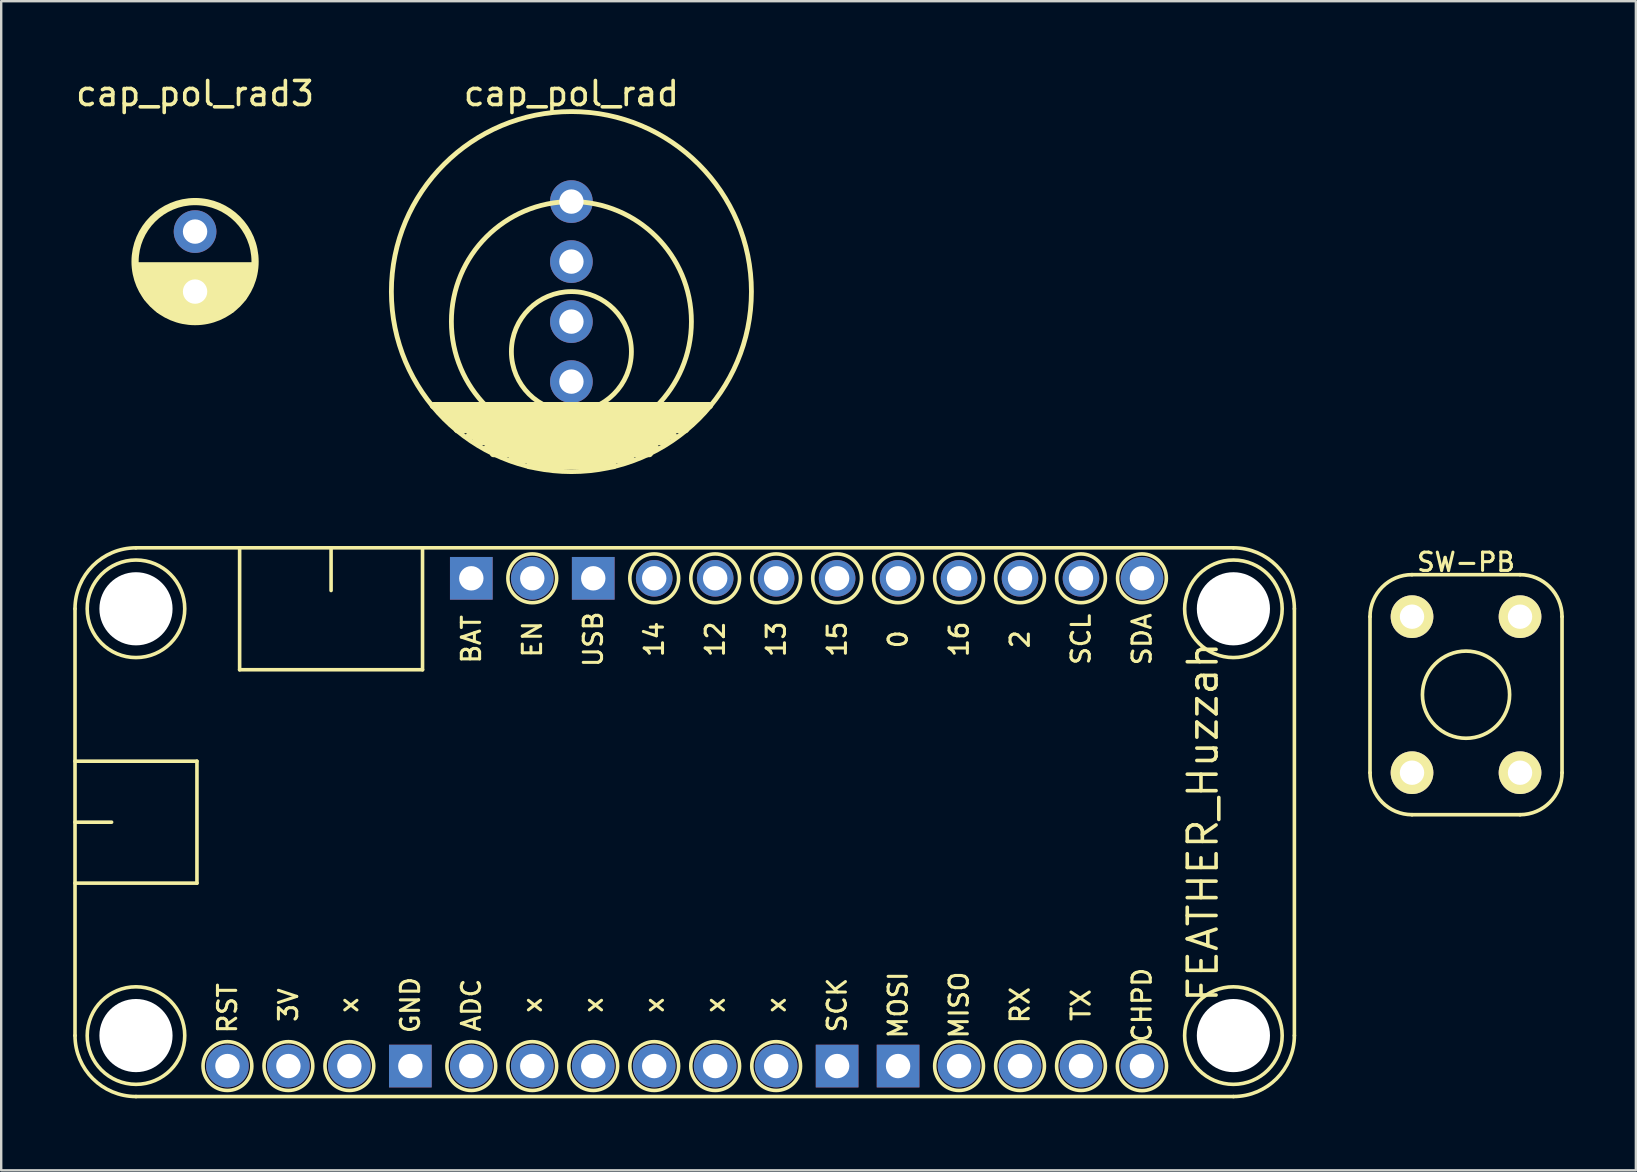
<source format=kicad_pcb>
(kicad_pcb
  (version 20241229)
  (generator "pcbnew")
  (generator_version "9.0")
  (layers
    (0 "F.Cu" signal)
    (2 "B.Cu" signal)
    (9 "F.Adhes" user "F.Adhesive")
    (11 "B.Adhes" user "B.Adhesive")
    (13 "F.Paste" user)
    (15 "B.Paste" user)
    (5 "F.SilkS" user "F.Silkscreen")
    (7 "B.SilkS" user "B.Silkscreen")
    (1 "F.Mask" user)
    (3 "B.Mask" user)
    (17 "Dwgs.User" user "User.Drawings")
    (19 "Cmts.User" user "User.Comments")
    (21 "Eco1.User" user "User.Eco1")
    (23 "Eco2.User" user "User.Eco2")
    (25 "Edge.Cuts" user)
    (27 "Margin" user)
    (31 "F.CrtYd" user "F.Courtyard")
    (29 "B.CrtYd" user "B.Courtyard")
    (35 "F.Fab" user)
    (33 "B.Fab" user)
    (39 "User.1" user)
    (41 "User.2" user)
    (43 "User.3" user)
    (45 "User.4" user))
  (footprint "FEATHER_Huzzah"
    (layer "F.Cu")
    (at 25.475 31.203)
    (property "Reference" "FEATHER_Huzzah" (at 21.59 0 90) (layer "F.SilkS") (effects (font (size 1.2 1.2) (thickness 0.15))))
    (attr through_hole)
    (fp_line (start -25.4 -8.89) (end -25.4 8.89) (stroke (width 0.15) (type solid)) (layer "F.SilkS"))
    (fp_line (start -25.4 -2.54) (end -20.32 -2.54) (stroke (width 0.15) (type solid)) (layer "F.SilkS"))
    (fp_line (start -25.4 0) (end -23.876 0) (stroke (width 0.15) (type solid)) (layer "F.SilkS"))
    (fp_line (start -22.86 11.43) (end 22.86 11.43) (stroke (width 0.15) (type solid)) (layer "F.SilkS"))
    (fp_line (start -20.32 -2.54) (end -20.32 2.54) (stroke (width 0.15) (type solid)) (layer "F.SilkS"))
    (fp_line (start -20.32 2.54) (end -25.4 2.54) (stroke (width 0.15) (type solid)) (layer "F.SilkS"))
    (fp_line (start -18.542 -6.35) (end -18.542 -11.43) (stroke (width 0.15) (type solid)) (layer "F.SilkS"))
    (fp_line (start -18.542 -6.35) (end -10.922 -6.35) (stroke (width 0.15) (type solid)) (layer "F.SilkS"))
    (fp_line (start -14.732 -11.43) (end -14.732 -9.652) (stroke (width 0.15) (type solid)) (layer "F.SilkS"))
    (fp_line (start -10.922 -6.35) (end -10.922 -11.43) (stroke (width 0.15) (type solid)) (layer "F.SilkS"))
    (fp_line (start 22.86 -11.43) (end -22.86 -11.43) (stroke (width 0.15) (type solid)) (layer "F.SilkS"))
    (fp_line (start 25.4 -8.89) (end 25.4 8.89) (stroke (width 0.15) (type solid)) (layer "F.SilkS"))
    (fp_arc (start -25.4 -8.89) (mid -24.656051 -10.686051) (end -22.86 -11.43) (stroke (width 0.15) (type solid)) (layer "F.SilkS"))
    (fp_arc (start -22.86 11.43) (mid -24.656051 10.686051) (end -25.4 8.89) (stroke (width 0.15) (type solid)) (layer "F.SilkS"))
    (fp_arc (start 22.86 -11.43) (mid 24.656051 -10.686051) (end 25.4 -8.89) (stroke (width 0.15) (type solid)) (layer "F.SilkS"))
    (fp_arc (start 25.4 8.89) (mid 24.656051 10.686051) (end 22.86 11.43) (stroke (width 0.15) (type solid)) (layer "F.SilkS"))
    (fp_circle (center -22.86 -8.89) (end -20.828 -8.89) (stroke (width 0.15) (type solid)) (fill no) (layer "F.SilkS"))
    (fp_circle (center -22.86 8.89) (end -20.828 8.89) (stroke (width 0.15) (type solid)) (fill no) (layer "F.SilkS"))
    (fp_circle (center -19.05 10.16) (end -18.034 10.16) (stroke (width 0.15) (type solid)) (fill no) (layer "F.SilkS"))
    (fp_circle (center -16.51 10.16) (end -15.494 10.16) (stroke (width 0.15) (type solid)) (fill no) (layer "F.SilkS"))
    (fp_circle (center -13.97 10.16) (end -12.954 10.16) (stroke (width 0.15) (type solid)) (fill no) (layer "F.SilkS"))
    (fp_circle (center -8.89 10.16) (end -9.906 10.16) (stroke (width 0.15) (type solid)) (fill no) (layer "F.SilkS"))
    (fp_circle (center -6.35 -10.16) (end -5.334 -10.16) (stroke (width 0.15) (type solid)) (fill no) (layer "F.SilkS"))
    (fp_circle (center -6.35 10.16) (end -7.366 10.16) (stroke (width 0.15) (type solid)) (fill no) (layer "F.SilkS"))
    (fp_circle (center -3.81 10.16) (end -4.826 10.16) (stroke (width 0.15) (type solid)) (fill no) (layer "F.SilkS"))
    (fp_circle (center -1.27 -10.16) (end -0.254 -10.16) (stroke (width 0.15) (type solid)) (fill no) (layer "F.SilkS"))
    (fp_circle (center -1.27 10.16) (end -2.286 10.16) (stroke (width 0.15) (type solid)) (fill no) (layer "F.SilkS"))
    (fp_circle (center 1.27 -10.16) (end 2.286 -10.16) (stroke (width 0.15) (type solid)) (fill no) (layer "F.SilkS"))
    (fp_circle (center 1.27 10.16) (end 0.254 10.16) (stroke (width 0.15) (type solid)) (fill no) (layer "F.SilkS"))
    (fp_circle (center 3.81 -10.16) (end 4.826 -10.16) (stroke (width 0.15) (type solid)) (fill no) (layer "F.SilkS"))
    (fp_circle (center 3.81 10.16) (end 2.794 10.16) (stroke (width 0.15) (type solid)) (fill no) (layer "F.SilkS"))
    (fp_circle (center 6.35 -10.16) (end 7.366 -10.16) (stroke (width 0.15) (type solid)) (fill no) (layer "F.SilkS"))
    (fp_circle (center 8.89 -10.16) (end 7.874 -10.16) (stroke (width 0.15) (type solid)) (fill no) (layer "F.SilkS"))
    (fp_circle (center 11.43 -10.16) (end 12.446 -10.16) (stroke (width 0.15) (type solid)) (fill no) (layer "F.SilkS"))
    (fp_circle (center 11.43 10.16) (end 12.446 10.16) (stroke (width 0.15) (type solid)) (fill no) (layer "F.SilkS"))
    (fp_circle (center 13.97 -10.16) (end 14.986 -10.16) (stroke (width 0.15) (type solid)) (fill no) (layer "F.SilkS"))
    (fp_circle (center 13.97 10.16) (end 14.986 10.16) (stroke (width 0.15) (type solid)) (fill no) (layer "F.SilkS"))
    (fp_circle (center 16.51 -10.16) (end 15.494 -10.16) (stroke (width 0.15) (type solid)) (fill no) (layer "F.SilkS"))
    (fp_circle (center 16.51 10.16) (end 17.526 10.16) (stroke (width 0.15) (type solid)) (fill no) (layer "F.SilkS"))
    (fp_circle (center 19.05 -10.16) (end 18.034 -10.16) (stroke (width 0.15) (type solid)) (fill no) (layer "F.SilkS"))
    (fp_circle (center 19.05 10.16) (end 20.066 10.033) (stroke (width 0.15) (type solid)) (fill no) (layer "F.SilkS"))
    (fp_circle (center 22.86 -8.89) (end 20.828 -8.89) (stroke (width 0.15) (type solid)) (fill no) (layer "F.SilkS"))
    (fp_circle (center 22.86 8.89) (end 20.828 8.89) (stroke (width 0.15) (type solid)) (fill no) (layer "F.SilkS"))
    (fp_text user "3V" (at -16.51 7.62 90) (layer "F.SilkS") (effects (font (size 0.762 0.762) (thickness 0.127))))
    (fp_text user "CHPD" (at 19.05 7.62 90) (layer "F.SilkS") (effects (font (size 0.762 0.762) (thickness 0.127))))
    (fp_text user "SCK" (at 6.35 7.62 90) (layer "F.SilkS") (effects (font (size 0.762 0.762) (thickness 0.127))))
    (fp_text user "x" (at -1.27 7.62 90) (layer "F.SilkS") (effects (font (size 0.762 0.762) (thickness 0.127))))
    (fp_text user "x" (at 3.81 7.62 90) (layer "F.SilkS") (effects (font (size 0.762 0.762) (thickness 0.127))))
    (fp_text user "USB" (at -3.81 -7.62 90) (layer "F.SilkS") (effects (font (size 0.762 0.762) (thickness 0.127))))
    (fp_text user "EN" (at -6.35 -7.62 90) (layer "F.SilkS") (effects (font (size 0.762 0.762) (thickness 0.127))))
    (fp_text user "SDA" (at 19.05 -7.62 90) (layer "F.SilkS") (effects (font (size 0.762 0.762) (thickness 0.127))))
    (fp_text user "BAT" (at -8.89 -7.62 90) (layer "F.SilkS") (effects (font (size 0.762 0.762) (thickness 0.127))))
    (fp_text user "2" (at 13.97 -7.62 90) (layer "F.SilkS") (effects (font (size 0.762 0.762) (thickness 0.127))))
    (fp_text user "RX" (at 13.97 7.62 90) (layer "F.SilkS") (effects (font (size 0.762 0.762) (thickness 0.127))))
    (fp_text user "MISO" (at 11.43 7.62 90) (layer "F.SilkS") (effects (font (size 0.762 0.762) (thickness 0.127))))
    (fp_text user "ADC" (at -8.89 7.62 90) (layer "F.SilkS") (effects (font (size 0.762 0.762) (thickness 0.127))))
    (fp_text user "x" (at -6.35 7.62 90) (layer "F.SilkS") (effects (font (size 0.762 0.762) (thickness 0.127))))
    (fp_text user "GND" (at -11.43 7.62 90) (layer "F.SilkS") (effects (font (size 0.762 0.762) (thickness 0.127))))
    (fp_text user "0" (at 8.89 -7.62 90) (layer "F.SilkS") (effects (font (size 0.762 0.762) (thickness 0.127))))
    (fp_text user "x" (at -3.81 7.62 90) (layer "F.SilkS") (effects (font (size 0.762 0.762) (thickness 0.127))))
    (fp_text user "SCL" (at 16.51 -7.62 90) (layer "F.SilkS") (effects (font (size 0.762 0.762) (thickness 0.127))))
    (fp_text user "13" (at 3.81 -7.62 90) (layer "F.SilkS") (effects (font (size 0.762 0.762) (thickness 0.127))))
    (fp_text user "12" (at 1.27 -7.62 90) (layer "F.SilkS") (effects (font (size 0.762 0.762) (thickness 0.127))))
    (fp_text user "x" (at 1.27 7.62 90) (layer "F.SilkS") (effects (font (size 0.762 0.762) (thickness 0.127))))
    (fp_text user "MOSI" (at 8.89 7.62 90) (layer "F.SilkS") (effects (font (size 0.762 0.762) (thickness 0.127))))
    (fp_text user "RST" (at -19.05 7.75 90) (layer "F.SilkS") (effects (font (size 0.762 0.762) (thickness 0.127))))
    (fp_text user "14" (at -1.27 -7.62 90) (layer "F.SilkS") (effects (font (size 0.762 0.762) (thickness 0.127))))
    (fp_text user "x" (at -14 7.62 270) (layer "F.SilkS") (effects (font (size 0.762 0.762) (thickness 0.127))))
    (fp_text user "16" (at 11.43 -7.62 90) (layer "F.SilkS") (effects (font (size 0.762 0.762) (thickness 0.127))))
    (fp_text user "TX" (at 16.51 7.62 90) (layer "F.SilkS") (effects (font (size 0.762 0.762) (thickness 0.127))))
    (fp_text user "15" (at 6.35 -7.62 90) (layer "F.SilkS") (effects (font (size 0.762 0.762) (thickness 0.127))))
    (pad "" np_thru_hole circle (at -22.86 -8.89) (size 3.048 3.048) (drill 3.048) (layers "*.Cu" "*.Mask"))
    (pad "" np_thru_hole circle (at -22.86 8.89) (size 3.048 3.048) (drill 3.048) (layers "*.Cu" "*.Mask"))
    (pad "" np_thru_hole circle (at 22.86 -8.89) (size 3.048 3.048) (drill 3.048) (layers "*.Cu" "*.Mask"))
    (pad "" np_thru_hole circle (at 22.86 8.89) (size 3.048 3.048) (drill 3.048) (layers "*.Cu" "*.Mask"))
    (pad "1" thru_hole circle (at 19.05 -10.16) (size 1.778 1.778) (drill 1.016) (layers "*.Cu" "*.Mask"))
    (pad "2" thru_hole circle (at 16.51 -10.16) (size 1.524 1.524) (drill 1.016) (layers "*.Cu" "*.Mask"))
    (pad "3" thru_hole circle (at 13.97 -10.16) (size 1.524 1.524) (drill 1.016) (layers "*.Cu" "*.Mask"))
    (pad "4" thru_hole circle (at 11.43 -10.16) (size 1.524 1.524) (drill 1.016) (layers "*.Cu" "*.Mask"))
    (pad "5" thru_hole circle (at 8.89 -10.16) (size 1.524 1.524) (drill 1.016) (layers "*.Cu" "*.Mask"))
    (pad "6" thru_hole circle (at 6.35 -10.16) (size 1.524 1.524) (drill 1.016) (layers "*.Cu" "*.Mask"))
    (pad "7" thru_hole circle (at 3.81 -10.16) (size 1.524 1.524) (drill 1.016) (layers "*.Cu" "*.Mask"))
    (pad "8" thru_hole circle (at 1.27 -10.16) (size 1.524 1.524) (drill 1.016) (layers "*.Cu" "*.Mask"))
    (pad "9" thru_hole circle (at -1.27 -10.16) (size 1.524 1.524) (drill 1.016) (layers "*.Cu" "*.Mask"))
    (pad "10" thru_hole rect (at -3.81 -10.16) (size 1.778 1.778) (drill 1.016) (layers "*.Cu" "*.Mask"))
    (pad "11" thru_hole circle (at -6.35 -10.16) (size 1.778 1.778) (drill 1.016) (layers "*.Cu" "*.Mask"))
    (pad "12" thru_hole rect (at -8.89 -10.16) (size 1.778 1.778) (drill 1.016) (layers "*.Cu" "*.Mask"))
    (pad "13" thru_hole circle (at -19.05 10.16) (size 1.778 1.778) (drill 1.016) (layers "*.Cu" "*.Mask"))
    (pad "14" thru_hole circle (at -16.51 10.16) (size 1.778 1.778) (drill 1.016) (layers "*.Cu" "*.Mask"))
    (pad "15" thru_hole circle (at -13.97 10.16) (size 1.778 1.778) (drill 1.016) (layers "*.Cu" "*.Mask"))
    (pad "16" thru_hole rect (at -11.43 10.16) (size 1.778 1.778) (drill 1.016) (layers "*.Cu" "*.Mask"))
    (pad "17" thru_hole circle (at -8.89 10.16) (size 1.778 1.778) (drill 1.016) (layers "*.Cu" "*.Mask"))
    (pad "18" thru_hole circle (at -6.35 10.16) (size 1.778 1.778) (drill 1.016) (layers "*.Cu" "*.Mask"))
    (pad "19" thru_hole circle (at -3.81 10.16) (size 1.778 1.778) (drill 1.016) (layers "*.Cu" "*.Mask"))
    (pad "20" thru_hole circle (at -1.27 10.16) (size 1.778 1.778) (drill 1.016) (layers "*.Cu" "*.Mask"))
    (pad "21" thru_hole circle (at 1.27 10.16) (size 1.778 1.778) (drill 1.016) (layers "*.Cu" "*.Mask"))
    (pad "22" thru_hole circle (at 3.81 10.16) (size 1.778 1.778) (drill 1.016) (layers "*.Cu" "*.Mask"))
    (pad "23" thru_hole rect (at 6.35 10.16) (size 1.778 1.778) (drill 1.016) (layers "*.Cu" "*.Mask"))
    (pad "24" thru_hole rect (at 8.89 10.16) (size 1.778 1.778) (drill 1.016) (layers "*.Cu" "*.Mask"))
    (pad "25" thru_hole circle (at 11.43 10.16) (size 1.778 1.778) (drill 1.016) (layers "*.Cu" "*.Mask"))
    (pad "26" thru_hole circle (at 13.97 10.16) (size 1.778 1.778) (drill 1.016) (layers "*.Cu" "*.Mask"))
    (pad "27" thru_hole circle (at 16.51 10.16) (size 1.778 1.778) (drill 1.016) (layers "*.Cu" "*.Mask"))
    (pad "28" thru_hole circle (at 19.05 10.16) (size 1.778 1.778) (drill 1.016) (layers "*.Cu" "*.Mask")))
  (footprint "cap_pol_rad3"
    (layer "F.Cu")
    (at 5.077 7.848)
    (property "Reference" "cap_pol_rad3" (at 0 -7 0) (layer "F.SilkS") (effects (font (size 1 1) (thickness 0.15))))
    (attr through_hole)
    (fp_line (start -2.5 0.1) (end 2.5 0.1) (stroke (width 0.15) (type solid)) (layer "F.SilkS"))
    (fp_line (start -2.45 0.25) (end 2.45 0.25) (stroke (width 0.3) (type solid)) (layer "F.SilkS"))
    (fp_line (start -2.25 0.5) (end 2.25 0.5) (stroke (width 0.3) (type solid)) (layer "F.SilkS"))
    (fp_line (start -2.25 0.75) (end 2.25 0.75) (stroke (width 0.3) (type solid)) (layer "F.SilkS"))
    (fp_line (start -2.25 1) (end 2.25 1) (stroke (width 0.3) (type solid)) (layer "F.SilkS"))
    (fp_line (start -2 1.25) (end 2 1.25) (stroke (width 0.3) (type solid)) (layer "F.SilkS"))
    (fp_line (start -2 1.5) (end 2 1.5) (stroke (width 0.3) (type solid)) (layer "F.SilkS"))
    (fp_line (start -1.75 1.75) (end 1.75 1.75) (stroke (width 0.3) (type solid)) (layer "F.SilkS"))
    (fp_line (start -1.5 2) (end 1.5 2) (stroke (width 0.3) (type solid)) (layer "F.SilkS"))
    (fp_line (start -1 2.25) (end 1 2.25) (stroke (width 0.3) (type solid)) (layer "F.SilkS"))
    (fp_circle (center 0 0) (end -2.5 0) (stroke (width 0.3) (type solid)) (fill no) (layer "F.SilkS"))
    (pad "1" thru_hole circle (at 0 -1.25) (size 1.778 1.778) (drill 1.016) (layers "*.Cu" "*.Mask"))
    (pad "2" thru_hole circle (at 0 1.25) (size 1.778 1.778) (drill 1.016) (layers "*.Cu" "*.Mask")))
  (footprint "cap_pol_rad"
    (layer "F.Cu")
    (at 20.755 11.598)
    (property "Reference" "cap_pol_rad" (at 0 -10.75 0) (layer "F.SilkS") (effects (font (size 1 1) (thickness 0.15))))
    (attr through_hole)
    (fp_line (start -5.75 2.25) (end 5.75 2.25) (stroke (width 0.3) (type solid)) (layer "F.SilkS"))
    (fp_line (start -5.5 2.5) (end 5.5 2.5) (stroke (width 0.3) (type solid)) (layer "F.SilkS"))
    (fp_line (start -5.25 2.75) (end 5.25 2.75) (stroke (width 0.3) (type solid)) (layer "F.SilkS"))
    (fp_line (start -5 3) (end 5 3) (stroke (width 0.3) (type solid)) (layer "F.SilkS"))
    (fp_line (start -4.75 3.25) (end 4.75 3.25) (stroke (width 0.3) (type solid)) (layer "F.SilkS"))
    (fp_line (start -4.25 3.5) (end 4.25 3.5) (stroke (width 0.3) (type solid)) (layer "F.SilkS"))
    (fp_line (start -4 3.75) (end 4 3.75) (stroke (width 0.3) (type solid)) (layer "F.SilkS"))
    (fp_line (start -3.5 4) (end 3.5 4) (stroke (width 0.3) (type solid)) (layer "F.SilkS"))
    (fp_line (start -3.25 4.25) (end 3.25 4.25) (stroke (width 0.3) (type solid)) (layer "F.SilkS"))
    (fp_line (start -2.5 4.5) (end 2.5 4.5) (stroke (width 0.3) (type solid)) (layer "F.SilkS"))
    (fp_line (start -1.75 4.75) (end 1.75 4.75) (stroke (width 0.3) (type solid)) (layer "F.SilkS"))
    (fp_circle (center 0 -2.5) (end -7.5 -2.5) (stroke (width 0.2) (type solid)) (fill no) (layer "F.SilkS"))
    (fp_circle (center 0 -1.25) (end -5 -1.25) (stroke (width 0.2) (type solid)) (fill no) (layer "F.SilkS"))
    (fp_circle (center 0 0) (end -2.5 0) (stroke (width 0.2) (type solid)) (fill no) (layer "F.SilkS"))
    (pad "1" thru_hole circle (at 0 -6.25) (size 1.778 1.778) (drill 1.016) (layers "*.Cu" "*.Mask"))
    (pad "1" thru_hole circle (at 0 -3.75) (size 1.778 1.778) (drill 1.016) (layers "*.Cu" "*.Mask"))
    (pad "1" thru_hole circle (at 0 -1.25) (size 1.778 1.778) (drill 1.016) (layers "*.Cu" "*.Mask"))
    (pad "2" thru_hole circle (at 0 1.25) (size 1.778 1.778) (drill 1.016) (layers "*.Cu" "*.Mask")))
  (footprint "SW-PB"
    (layer "F.Cu")
    (at 58.026 25.891)
    (property "Reference" "SW-PB" (at 0 -5.524 0) (layer "F.SilkS") (effects (font (size 0.762 0.762) (thickness 0.127))))
    (attr through_hole)
    (fp_line (start -4 3.25) (end -4 -3.25) (stroke (width 0.152) (type solid)) (layer "F.SilkS"))
    (fp_line (start -2.25 -5) (end 2.25 -5) (stroke (width 0.152) (type solid)) (layer "F.SilkS"))
    (fp_line (start 2.25 5) (end -2.25 5) (stroke (width 0.152) (type solid)) (layer "F.SilkS"))
    (fp_line (start 4 -3.25) (end 4 3.25) (stroke (width 0.152) (type solid)) (layer "F.SilkS"))
    (fp_arc (start -4 -3.25) (mid -3.487437 -4.487437) (end -2.25 -5) (stroke (width 0.1524) (type solid)) (layer "F.SilkS"))
    (fp_arc (start -2.25 5) (mid -3.487437 4.487437) (end -4 3.25) (stroke (width 0.1524) (type solid)) (layer "F.SilkS"))
    (fp_arc (start 2.25 -5) (mid 3.487437 -4.487437) (end 4 -3.25) (stroke (width 0.1524) (type solid)) (layer "F.SilkS"))
    (fp_arc (start 4 3.25) (mid 3.487437 4.487437) (end 2.25 5) (stroke (width 0.1524) (type solid)) (layer "F.SilkS"))
    (fp_circle (center 0 0) (end -1.816 0) (stroke (width 0.152) (type solid)) (fill no) (layer "F.SilkS"))
    (pad "1" thru_hole circle (at -2.25 -3.25) (size 1.778 1.778) (drill 1.016) (layers "*.Cu" "*.Mask" "F.SilkS"))
    (pad "1" thru_hole circle (at -2.25 3.25) (size 1.778 1.778) (drill 1.016) (layers "*.Cu" "*.Mask" "F.SilkS"))
    (pad "2" thru_hole circle (at 2.25 -3.25) (size 1.778 1.778) (drill 1.016) (layers "*.Cu" "*.Mask" "F.SilkS"))
    (pad "2" thru_hole circle (at 2.25 3.25) (size 1.778 1.778) (drill 1.016) (layers "*.Cu" "*.Mask" "F.SilkS")))
  (gr_rect
    (start -3 -3)
    (end 65.102 45.708)
    (stroke (width 0.1) (type default))
    (fill no)
    (layer "Edge.Cuts")))
</source>
